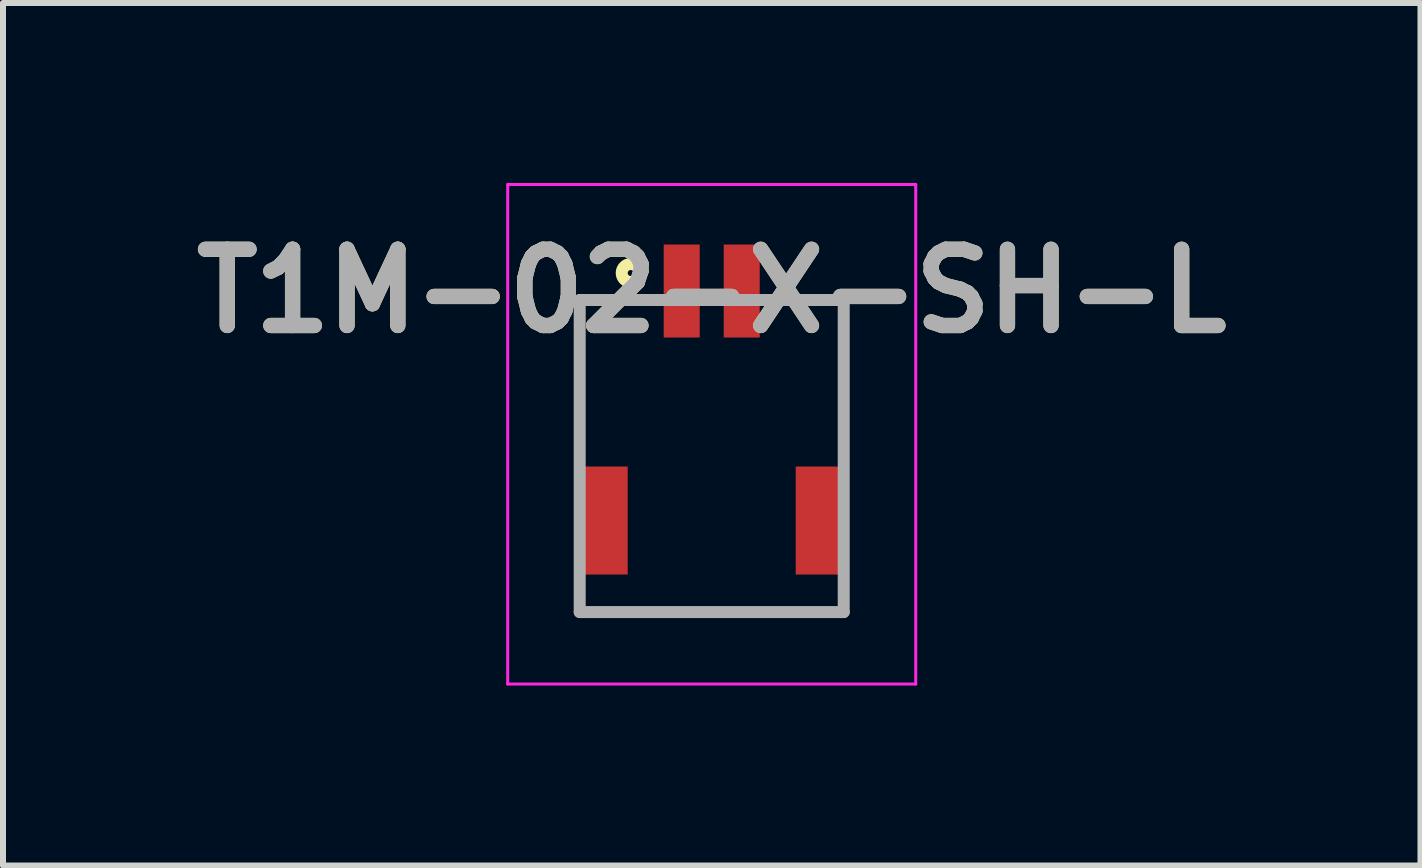
<source format=kicad_pcb>
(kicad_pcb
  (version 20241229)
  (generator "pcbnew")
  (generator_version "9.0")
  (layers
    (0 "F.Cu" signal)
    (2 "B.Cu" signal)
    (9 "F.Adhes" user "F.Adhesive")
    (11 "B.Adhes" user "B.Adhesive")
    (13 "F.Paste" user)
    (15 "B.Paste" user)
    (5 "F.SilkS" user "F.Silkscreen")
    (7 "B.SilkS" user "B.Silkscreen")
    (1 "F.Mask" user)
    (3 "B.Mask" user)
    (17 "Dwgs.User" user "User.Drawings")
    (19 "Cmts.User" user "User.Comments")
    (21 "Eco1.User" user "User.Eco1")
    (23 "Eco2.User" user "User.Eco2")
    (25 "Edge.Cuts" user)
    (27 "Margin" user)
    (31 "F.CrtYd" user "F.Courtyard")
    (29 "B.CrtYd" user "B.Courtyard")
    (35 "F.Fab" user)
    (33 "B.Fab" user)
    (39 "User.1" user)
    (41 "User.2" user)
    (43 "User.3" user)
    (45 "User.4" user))
  (footprint "T1M-02-X-SH-L"
    (layer "F.Cu")
    (at 8.811 1.8)
    (property "Reference" "T1M-02-X-SH-L" (at 0 0 0) (layer "F.SilkS") (effects (font (size 1.27 1.27) (thickness 0.254))))
    (attr smd)
    (fp_line (start 2.2 5.35) (end -2.2 5.35) (stroke (width 0.1) (type solid)) (layer "F.SilkS"))
    (fp_circle (center -1.35 -0.3) (end -1.35 -0.25) (stroke (width 0.2) (type solid)) (fill no) (layer "F.SilkS"))
    (fp_line (start -3.4 -1.775) (end 3.4 -1.775) (stroke (width 0.05) (type solid)) (layer "F.CrtYd"))
    (fp_line (start -3.4 6.55) (end -3.4 -1.775) (stroke (width 0.05) (type solid)) (layer "F.CrtYd"))
    (fp_line (start 3.4 -1.775) (end 3.4 6.55) (stroke (width 0.05) (type solid)) (layer "F.CrtYd"))
    (fp_line (start 3.4 6.55) (end -3.4 6.55) (stroke (width 0.05) (type solid)) (layer "F.CrtYd"))
    (fp_line (start -2.2 0.15) (end 2.2 0.15) (stroke (width 0.2) (type solid)) (layer "F.Fab"))
    (fp_line (start -2.2 5.35) (end -2.2 0.15) (stroke (width 0.2) (type solid)) (layer "F.Fab"))
    (fp_line (start 2.2 0.15) (end 2.2 5.35) (stroke (width 0.2) (type solid)) (layer "F.Fab"))
    (fp_line (start 2.2 5.35) (end -2.2 5.35) (stroke (width 0.2) (type solid)) (layer "F.Fab"))
    (fp_text user "${REFERENCE}" (at 0 0 0) (layer "F.Fab") (effects (font (size 1.27 1.27) (thickness 0.254))))
    (pad "1" smd rect (at -0.5 0) (size 0.6 1.55) (layers "F.Cu" "F.Mask" "F.Paste"))
    (pad "2" smd rect (at 0.5 0) (size 0.6 1.55) (layers "F.Cu" "F.Mask" "F.Paste"))
    (pad "3" smd rect (at -1.8 3.825) (size 0.8 1.8) (layers "F.Cu" "F.Mask" "F.Paste"))
    (pad "4" smd rect (at 1.8 3.825) (size 0.8 1.8) (layers "F.Cu" "F.Mask" "F.Paste")))
  (gr_rect
    (start -3 -3)
    (end 20.623 11.375)
    (stroke (width 0.1) (type default))
    (fill no)
    (layer "Edge.Cuts")))
</source>
